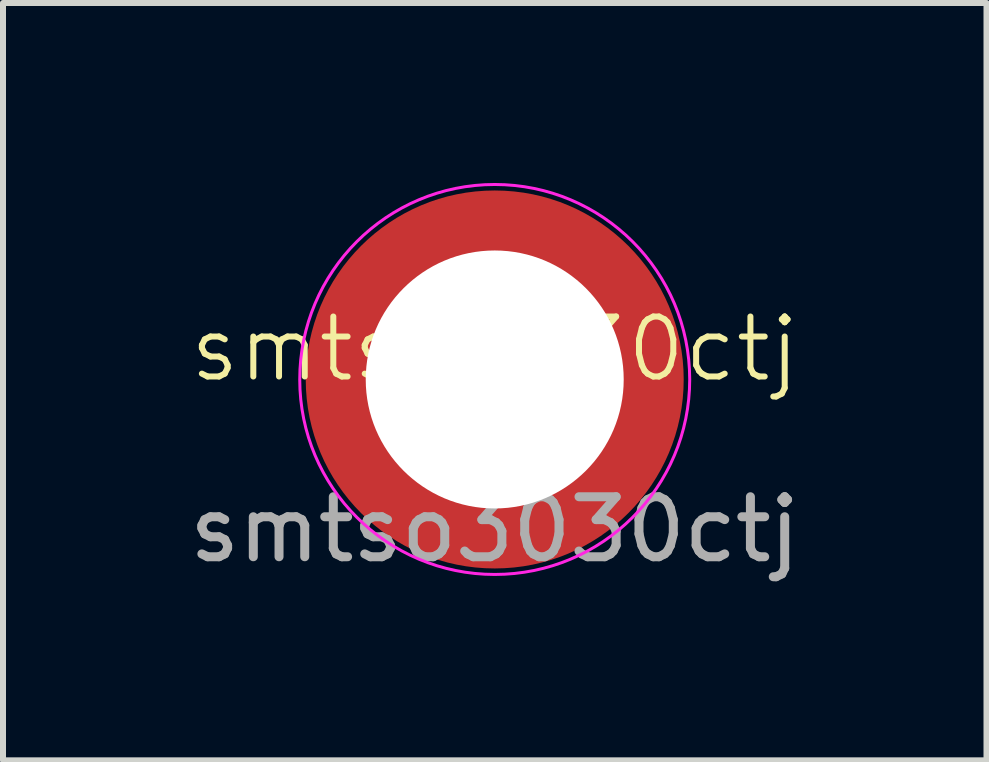
<source format=kicad_pcb>
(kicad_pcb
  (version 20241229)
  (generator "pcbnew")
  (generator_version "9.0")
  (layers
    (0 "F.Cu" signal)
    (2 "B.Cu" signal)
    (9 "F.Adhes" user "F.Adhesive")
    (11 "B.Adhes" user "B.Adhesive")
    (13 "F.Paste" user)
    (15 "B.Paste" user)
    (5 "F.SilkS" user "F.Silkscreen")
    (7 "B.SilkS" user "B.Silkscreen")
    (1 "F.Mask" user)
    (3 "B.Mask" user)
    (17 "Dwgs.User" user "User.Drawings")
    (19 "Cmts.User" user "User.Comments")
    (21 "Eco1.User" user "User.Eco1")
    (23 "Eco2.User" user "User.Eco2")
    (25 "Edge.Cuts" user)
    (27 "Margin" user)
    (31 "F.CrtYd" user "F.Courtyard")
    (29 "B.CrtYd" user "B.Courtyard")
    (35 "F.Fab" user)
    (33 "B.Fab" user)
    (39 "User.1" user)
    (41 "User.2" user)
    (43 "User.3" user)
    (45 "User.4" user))
  (footprint "smtso3030ctj"
    (layer "F.Cu")
    (at 5.196 3.268)
    (property "Reference" "smtso3030ctj" (at 0 -0.5 0) (unlocked yes) (layer "F.SilkS") (effects (font (size 1 1) (thickness 0.1))))
    (attr smd)
    (fp_poly (pts (xy -3 0.107) (xy -2.4 0.107) (arc (start -2.400021 0.107485) (mid -1.698543 1.706021) (end -0.1 2.407484)) (arc (start -0.1 3.007484) (mid -2.122499 2.129983) (end -2.999999 0.107484))) (stroke (width 0) (type solid)) (fill yes) (layer "F.Paste"))
    (fp_poly (pts (xy -0.1 -2.993) (xy -0.1 -2.393) (arc (start -0.100001 -2.392537) (mid -1.698537 -1.691059) (end -2.4 -0.092516)) (arc (start -3 -0.092516) (mid -2.122499 -2.115015) (end -0.1 -2.992515))) (stroke (width 0) (type solid)) (fill yes) (layer "F.Paste"))
    (fp_poly (pts (xy 0.1 3.007) (xy 0.1 2.407) (arc (start 0.100001 2.407505) (mid 1.698537 1.706027) (end 2.4 0.107484)) (arc (start 3 0.107484) (mid 2.122499 2.129983) (end 0.1 3.007483))) (stroke (width 0) (type solid)) (fill yes) (layer "F.Paste"))
    (fp_poly (pts (xy 3 -0.093) (xy 2.4 -0.093) (arc (start 2.400021 -0.092517) (mid 1.698543 -1.691053) (end 0.1 -2.392516)) (arc (start 0.1 -2.992516) (mid 2.122499 -2.115015) (end 2.999999 -0.092516))) (stroke (width 0) (type solid)) (fill yes) (layer "F.Paste"))
    (fp_circle (center 0 0.007) (end 0 -3.243) (stroke (width 0.05) (type default)) (fill no) (layer "F.CrtYd"))
    (fp_text user "${REFERENCE}" (at 0 2.507 0) (unlocked yes) (layer "F.Fab") (effects (font (size 1 1) (thickness 0.15))))
    (pad "" np_thru_hole circle (at 0 0.007) (size 6.3 6.3) (drill 4.3) (layers "F.Cu" "F.Mask")))
  (gr_rect
    (start -3 -3)
    (end 13.393 9.623)
    (stroke (width 0.1) (type default))
    (fill no)
    (layer "Edge.Cuts")))
</source>
